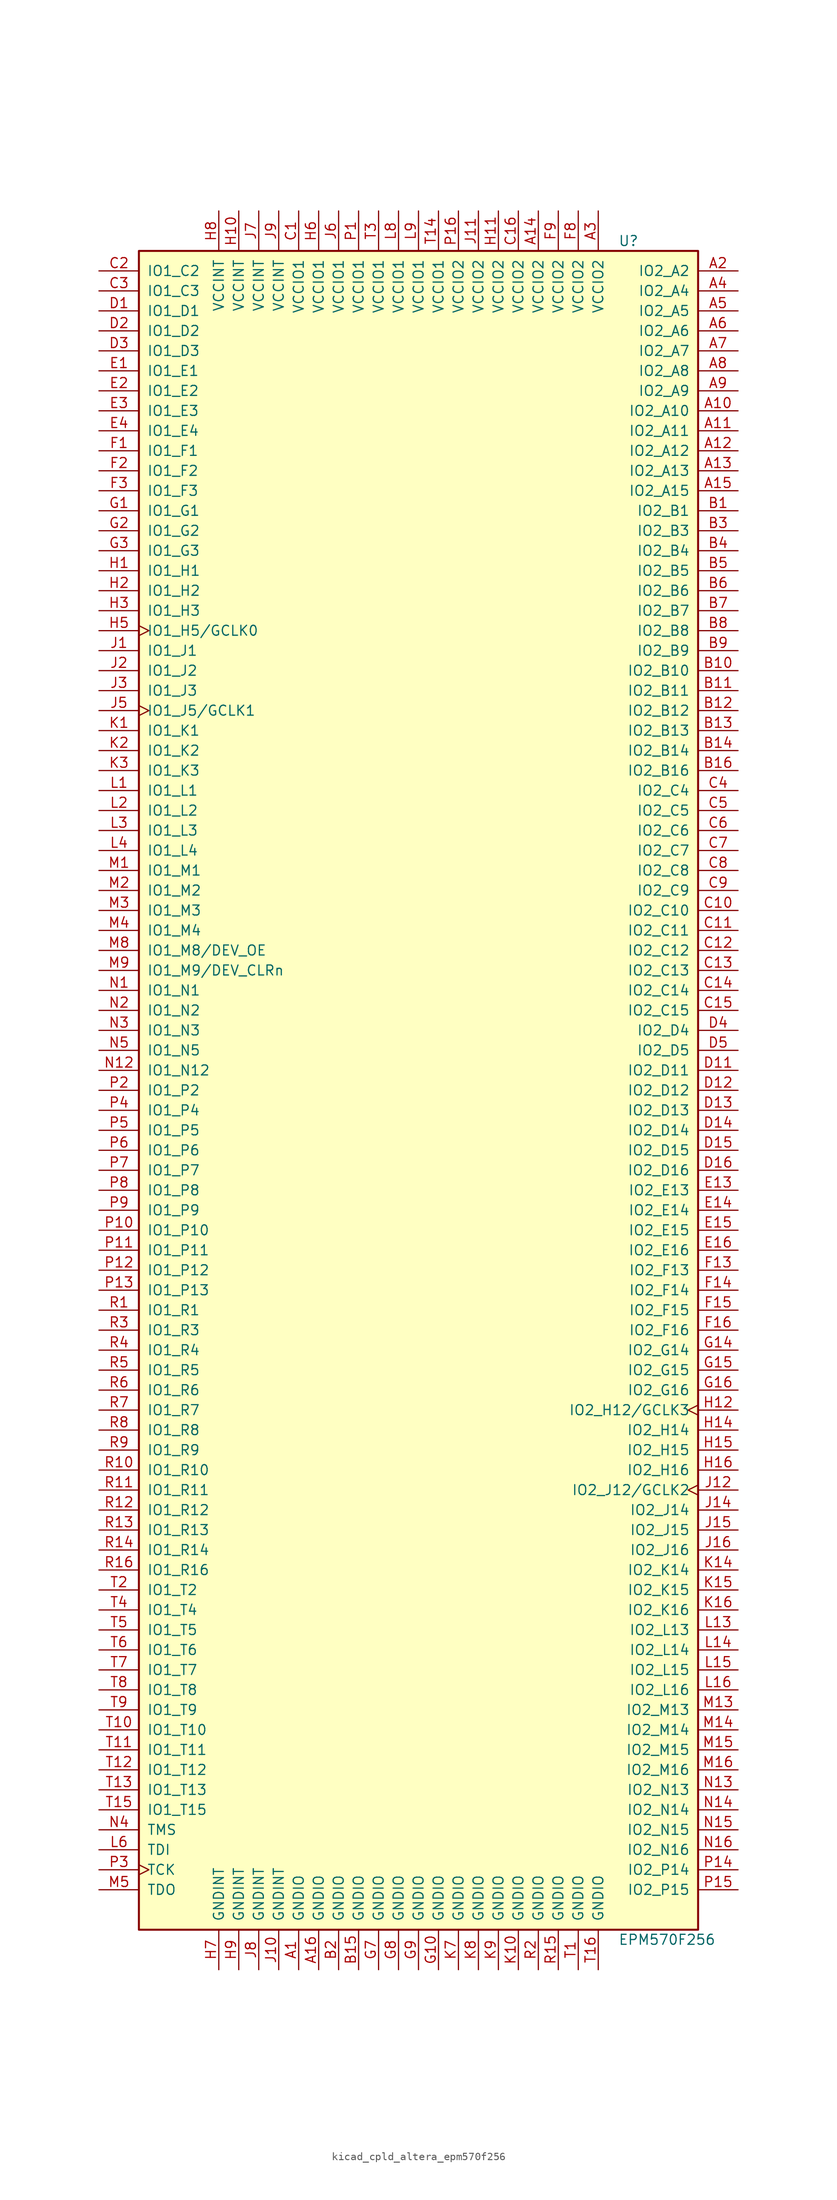
<source format=kicad_sym>
(kicad_symbol_lib
  (version 20220914)
  (generator kicad_symbol_editor)
  (symbol "kicad_cpld_altera_epm570f256"
    (pin_names
      (offset 1.016))
    (property "Reference" "U"
      (at 25.4 107.95 0)
      (effects (font (size 1.27 1.27)) (justify left)))
    (property "Value" "EPM570F256"
      (at 25.4 -107.95 0)
      (effects (font (size 1.27 1.27)) (justify left)))
    (property "ki_locked" ""
      (at 0 0 0)
      (effects (font (size 1.27 1.27))))
    (symbol "kicad_cpld_altera_epm570f256_1_1"
      (rectangle (start -35.56 106.68) (end 35.56 -106.68) (stroke (width 0.254) (type default)) (fill (type background)))
      (pin power_in line (at -15.24 -111.76 90) (length 5.08) (name "GNDIO" (effects (font (size 1.27 1.27)))) (number "A1" (effects (font (size 1.27 1.27)))))
      (pin bidirectional line (at 40.64 86.36 180) (length 5.08) (name "IO2_A10" (effects (font (size 1.27 1.27)))) (number "A10" (effects (font (size 1.27 1.27)))))
      (pin bidirectional line (at 40.64 83.82 180) (length 5.08) (name "IO2_A11" (effects (font (size 1.27 1.27)))) (number "A11" (effects (font (size 1.27 1.27)))))
      (pin bidirectional line (at 40.64 81.28 180) (length 5.08) (name "IO2_A12" (effects (font (size 1.27 1.27)))) (number "A12" (effects (font (size 1.27 1.27)))))
      (pin bidirectional line (at 40.64 78.74 180) (length 5.08) (name "IO2_A13" (effects (font (size 1.27 1.27)))) (number "A13" (effects (font (size 1.27 1.27)))))
      (pin power_in line (at 15.24 111.76 270) (length 5.08) (name "VCCIO2" (effects (font (size 1.27 1.27)))) (number "A14" (effects (font (size 1.27 1.27)))))
      (pin bidirectional line (at 40.64 76.2 180) (length 5.08) (name "IO2_A15" (effects (font (size 1.27 1.27)))) (number "A15" (effects (font (size 1.27 1.27)))))
      (pin power_in line (at -12.7 -111.76 90) (length 5.08) (name "GNDIO" (effects (font (size 1.27 1.27)))) (number "A16" (effects (font (size 1.27 1.27)))))
      (pin bidirectional line (at 40.64 104.14 180) (length 5.08) (name "IO2_A2" (effects (font (size 1.27 1.27)))) (number "A2" (effects (font (size 1.27 1.27)))))
      (pin power_in line (at 22.86 111.76 270) (length 5.08) (name "VCCIO2" (effects (font (size 1.27 1.27)))) (number "A3" (effects (font (size 1.27 1.27)))))
      (pin bidirectional line (at 40.64 101.6 180) (length 5.08) (name "IO2_A4" (effects (font (size 1.27 1.27)))) (number "A4" (effects (font (size 1.27 1.27)))))
      (pin bidirectional line (at 40.64 99.06 180) (length 5.08) (name "IO2_A5" (effects (font (size 1.27 1.27)))) (number "A5" (effects (font (size 1.27 1.27)))))
      (pin bidirectional line (at 40.64 96.52 180) (length 5.08) (name "IO2_A6" (effects (font (size 1.27 1.27)))) (number "A6" (effects (font (size 1.27 1.27)))))
      (pin bidirectional line (at 40.64 93.98 180) (length 5.08) (name "IO2_A7" (effects (font (size 1.27 1.27)))) (number "A7" (effects (font (size 1.27 1.27)))))
      (pin bidirectional line (at 40.64 91.44 180) (length 5.08) (name "IO2_A8" (effects (font (size 1.27 1.27)))) (number "A8" (effects (font (size 1.27 1.27)))))
      (pin bidirectional line (at 40.64 88.9 180) (length 5.08) (name "IO2_A9" (effects (font (size 1.27 1.27)))) (number "A9" (effects (font (size 1.27 1.27)))))
      (pin bidirectional line (at 40.64 73.66 180) (length 5.08) (name "IO2_B1" (effects (font (size 1.27 1.27)))) (number "B1" (effects (font (size 1.27 1.27)))))
      (pin bidirectional line (at 40.64 53.34 180) (length 5.08) (name "IO2_B10" (effects (font (size 1.27 1.27)))) (number "B10" (effects (font (size 1.27 1.27)))))
      (pin bidirectional line (at 40.64 50.8 180) (length 5.08) (name "IO2_B11" (effects (font (size 1.27 1.27)))) (number "B11" (effects (font (size 1.27 1.27)))))
      (pin bidirectional line (at 40.64 48.26 180) (length 5.08) (name "IO2_B12" (effects (font (size 1.27 1.27)))) (number "B12" (effects (font (size 1.27 1.27)))))
      (pin bidirectional line (at 40.64 45.72 180) (length 5.08) (name "IO2_B13" (effects (font (size 1.27 1.27)))) (number "B13" (effects (font (size 1.27 1.27)))))
      (pin bidirectional line (at 40.64 43.18 180) (length 5.08) (name "IO2_B14" (effects (font (size 1.27 1.27)))) (number "B14" (effects (font (size 1.27 1.27)))))
      (pin power_in line (at -7.62 -111.76 90) (length 5.08) (name "GNDIO" (effects (font (size 1.27 1.27)))) (number "B15" (effects (font (size 1.27 1.27)))))
      (pin bidirectional line (at 40.64 40.64 180) (length 5.08) (name "IO2_B16" (effects (font (size 1.27 1.27)))) (number "B16" (effects (font (size 1.27 1.27)))))
      (pin power_in line (at -10.16 -111.76 90) (length 5.08) (name "GNDIO" (effects (font (size 1.27 1.27)))) (number "B2" (effects (font (size 1.27 1.27)))))
      (pin bidirectional line (at 40.64 71.12 180) (length 5.08) (name "IO2_B3" (effects (font (size 1.27 1.27)))) (number "B3" (effects (font (size 1.27 1.27)))))
      (pin bidirectional line (at 40.64 68.58 180) (length 5.08) (name "IO2_B4" (effects (font (size 1.27 1.27)))) (number "B4" (effects (font (size 1.27 1.27)))))
      (pin bidirectional line (at 40.64 66.04 180) (length 5.08) (name "IO2_B5" (effects (font (size 1.27 1.27)))) (number "B5" (effects (font (size 1.27 1.27)))))
      (pin bidirectional line (at 40.64 63.5 180) (length 5.08) (name "IO2_B6" (effects (font (size 1.27 1.27)))) (number "B6" (effects (font (size 1.27 1.27)))))
      (pin bidirectional line (at 40.64 60.96 180) (length 5.08) (name "IO2_B7" (effects (font (size 1.27 1.27)))) (number "B7" (effects (font (size 1.27 1.27)))))
      (pin bidirectional line (at 40.64 58.42 180) (length 5.08) (name "IO2_B8" (effects (font (size 1.27 1.27)))) (number "B8" (effects (font (size 1.27 1.27)))))
      (pin bidirectional line (at 40.64 55.88 180) (length 5.08) (name "IO2_B9" (effects (font (size 1.27 1.27)))) (number "B9" (effects (font (size 1.27 1.27)))))
      (pin power_in line (at -15.24 111.76 270) (length 5.08) (name "VCCIO1" (effects (font (size 1.27 1.27)))) (number "C1" (effects (font (size 1.27 1.27)))))
      (pin bidirectional line (at 40.64 22.86 180) (length 5.08) (name "IO2_C10" (effects (font (size 1.27 1.27)))) (number "C10" (effects (font (size 1.27 1.27)))))
      (pin bidirectional line (at 40.64 20.32 180) (length 5.08) (name "IO2_C11" (effects (font (size 1.27 1.27)))) (number "C11" (effects (font (size 1.27 1.27)))))
      (pin bidirectional line (at 40.64 17.78 180) (length 5.08) (name "IO2_C12" (effects (font (size 1.27 1.27)))) (number "C12" (effects (font (size 1.27 1.27)))))
      (pin bidirectional line (at 40.64 15.24 180) (length 5.08) (name "IO2_C13" (effects (font (size 1.27 1.27)))) (number "C13" (effects (font (size 1.27 1.27)))))
      (pin bidirectional line (at 40.64 12.7 180) (length 5.08) (name "IO2_C14" (effects (font (size 1.27 1.27)))) (number "C14" (effects (font (size 1.27 1.27)))))
      (pin bidirectional line (at 40.64 10.16 180) (length 5.08) (name "IO2_C15" (effects (font (size 1.27 1.27)))) (number "C15" (effects (font (size 1.27 1.27)))))
      (pin power_in line (at 12.7 111.76 270) (length 5.08) (name "VCCIO2" (effects (font (size 1.27 1.27)))) (number "C16" (effects (font (size 1.27 1.27)))))
      (pin bidirectional line (at -40.64 104.14 0) (length 5.08) (name "IO1_C2" (effects (font (size 1.27 1.27)))) (number "C2" (effects (font (size 1.27 1.27)))))
      (pin bidirectional line (at -40.64 101.6 0) (length 5.08) (name "IO1_C3" (effects (font (size 1.27 1.27)))) (number "C3" (effects (font (size 1.27 1.27)))))
      (pin bidirectional line (at 40.64 38.1 180) (length 5.08) (name "IO2_C4" (effects (font (size 1.27 1.27)))) (number "C4" (effects (font (size 1.27 1.27)))))
      (pin bidirectional line (at 40.64 35.56 180) (length 5.08) (name "IO2_C5" (effects (font (size 1.27 1.27)))) (number "C5" (effects (font (size 1.27 1.27)))))
      (pin bidirectional line (at 40.64 33.02 180) (length 5.08) (name "IO2_C6" (effects (font (size 1.27 1.27)))) (number "C6" (effects (font (size 1.27 1.27)))))
      (pin bidirectional line (at 40.64 30.48 180) (length 5.08) (name "IO2_C7" (effects (font (size 1.27 1.27)))) (number "C7" (effects (font (size 1.27 1.27)))))
      (pin bidirectional line (at 40.64 27.94 180) (length 5.08) (name "IO2_C8" (effects (font (size 1.27 1.27)))) (number "C8" (effects (font (size 1.27 1.27)))))
      (pin bidirectional line (at 40.64 25.4 180) (length 5.08) (name "IO2_C9" (effects (font (size 1.27 1.27)))) (number "C9" (effects (font (size 1.27 1.27)))))
      (pin bidirectional line (at -40.64 99.06 0) (length 5.08) (name "IO1_D1" (effects (font (size 1.27 1.27)))) (number "D1" (effects (font (size 1.27 1.27)))))
      (pin bidirectional line (at 40.64 2.54 180) (length 5.08) (name "IO2_D11" (effects (font (size 1.27 1.27)))) (number "D11" (effects (font (size 1.27 1.27)))))
      (pin bidirectional line (at 40.64 0 180) (length 5.08) (name "IO2_D12" (effects (font (size 1.27 1.27)))) (number "D12" (effects (font (size 1.27 1.27)))))
      (pin bidirectional line (at 40.64 -2.54 180) (length 5.08) (name "IO2_D13" (effects (font (size 1.27 1.27)))) (number "D13" (effects (font (size 1.27 1.27)))))
      (pin bidirectional line (at 40.64 -5.08 180) (length 5.08) (name "IO2_D14" (effects (font (size 1.27 1.27)))) (number "D14" (effects (font (size 1.27 1.27)))))
      (pin bidirectional line (at 40.64 -7.62 180) (length 5.08) (name "IO2_D15" (effects (font (size 1.27 1.27)))) (number "D15" (effects (font (size 1.27 1.27)))))
      (pin bidirectional line (at 40.64 -10.16 180) (length 5.08) (name "IO2_D16" (effects (font (size 1.27 1.27)))) (number "D16" (effects (font (size 1.27 1.27)))))
      (pin bidirectional line (at -40.64 96.52 0) (length 5.08) (name "IO1_D2" (effects (font (size 1.27 1.27)))) (number "D2" (effects (font (size 1.27 1.27)))))
      (pin bidirectional line (at -40.64 93.98 0) (length 5.08) (name "IO1_D3" (effects (font (size 1.27 1.27)))) (number "D3" (effects (font (size 1.27 1.27)))))
      (pin bidirectional line (at 40.64 7.62 180) (length 5.08) (name "IO2_D4" (effects (font (size 1.27 1.27)))) (number "D4" (effects (font (size 1.27 1.27)))))
      (pin bidirectional line (at 40.64 5.08 180) (length 5.08) (name "IO2_D5" (effects (font (size 1.27 1.27)))) (number "D5" (effects (font (size 1.27 1.27)))))
      (pin bidirectional line (at -40.64 91.44 0) (length 5.08) (name "IO1_E1" (effects (font (size 1.27 1.27)))) (number "E1" (effects (font (size 1.27 1.27)))))
      (pin bidirectional line (at 40.64 -12.7 180) (length 5.08) (name "IO2_E13" (effects (font (size 1.27 1.27)))) (number "E13" (effects (font (size 1.27 1.27)))))
      (pin bidirectional line (at 40.64 -15.24 180) (length 5.08) (name "IO2_E14" (effects (font (size 1.27 1.27)))) (number "E14" (effects (font (size 1.27 1.27)))))
      (pin bidirectional line (at 40.64 -17.78 180) (length 5.08) (name "IO2_E15" (effects (font (size 1.27 1.27)))) (number "E15" (effects (font (size 1.27 1.27)))))
      (pin bidirectional line (at 40.64 -20.32 180) (length 5.08) (name "IO2_E16" (effects (font (size 1.27 1.27)))) (number "E16" (effects (font (size 1.27 1.27)))))
      (pin bidirectional line (at -40.64 88.9 0) (length 5.08) (name "IO1_E2" (effects (font (size 1.27 1.27)))) (number "E2" (effects (font (size 1.27 1.27)))))
      (pin bidirectional line (at -40.64 86.36 0) (length 5.08) (name "IO1_E3" (effects (font (size 1.27 1.27)))) (number "E3" (effects (font (size 1.27 1.27)))))
      (pin bidirectional line (at -40.64 83.82 0) (length 5.08) (name "IO1_E4" (effects (font (size 1.27 1.27)))) (number "E4" (effects (font (size 1.27 1.27)))))
      (pin bidirectional line (at -40.64 81.28 0) (length 5.08) (name "IO1_F1" (effects (font (size 1.27 1.27)))) (number "F1" (effects (font (size 1.27 1.27)))))
      (pin bidirectional line (at 40.64 -22.86 180) (length 5.08) (name "IO2_F13" (effects (font (size 1.27 1.27)))) (number "F13" (effects (font (size 1.27 1.27)))))
      (pin bidirectional line (at 40.64 -25.4 180) (length 5.08) (name "IO2_F14" (effects (font (size 1.27 1.27)))) (number "F14" (effects (font (size 1.27 1.27)))))
      (pin bidirectional line (at 40.64 -27.94 180) (length 5.08) (name "IO2_F15" (effects (font (size 1.27 1.27)))) (number "F15" (effects (font (size 1.27 1.27)))))
      (pin bidirectional line (at 40.64 -30.48 180) (length 5.08) (name "IO2_F16" (effects (font (size 1.27 1.27)))) (number "F16" (effects (font (size 1.27 1.27)))))
      (pin bidirectional line (at -40.64 78.74 0) (length 5.08) (name "IO1_F2" (effects (font (size 1.27 1.27)))) (number "F2" (effects (font (size 1.27 1.27)))))
      (pin bidirectional line (at -40.64 76.2 0) (length 5.08) (name "IO1_F3" (effects (font (size 1.27 1.27)))) (number "F3" (effects (font (size 1.27 1.27)))))
      (pin power_in line (at 20.32 111.76 270) (length 5.08) (name "VCCIO2" (effects (font (size 1.27 1.27)))) (number "F8" (effects (font (size 1.27 1.27)))))
      (pin power_in line (at 17.78 111.76 270) (length 5.08) (name "VCCIO2" (effects (font (size 1.27 1.27)))) (number "F9" (effects (font (size 1.27 1.27)))))
      (pin bidirectional line (at -40.64 73.66 0) (length 5.08) (name "IO1_G1" (effects (font (size 1.27 1.27)))) (number "G1" (effects (font (size 1.27 1.27)))))
      (pin power_in line (at 2.54 -111.76 90) (length 5.08) (name "GNDIO" (effects (font (size 1.27 1.27)))) (number "G10" (effects (font (size 1.27 1.27)))))
      (pin bidirectional line (at 40.64 -33.02 180) (length 5.08) (name "IO2_G14" (effects (font (size 1.27 1.27)))) (number "G14" (effects (font (size 1.27 1.27)))))
      (pin bidirectional line (at 40.64 -35.56 180) (length 5.08) (name "IO2_G15" (effects (font (size 1.27 1.27)))) (number "G15" (effects (font (size 1.27 1.27)))))
      (pin bidirectional line (at 40.64 -38.1 180) (length 5.08) (name "IO2_G16" (effects (font (size 1.27 1.27)))) (number "G16" (effects (font (size 1.27 1.27)))))
      (pin bidirectional line (at -40.64 71.12 0) (length 5.08) (name "IO1_G2" (effects (font (size 1.27 1.27)))) (number "G2" (effects (font (size 1.27 1.27)))))
      (pin bidirectional line (at -40.64 68.58 0) (length 5.08) (name "IO1_G3" (effects (font (size 1.27 1.27)))) (number "G3" (effects (font (size 1.27 1.27)))))
      (pin power_in line (at -5.08 -111.76 90) (length 5.08) (name "GNDIO" (effects (font (size 1.27 1.27)))) (number "G7" (effects (font (size 1.27 1.27)))))
      (pin power_in line (at -2.54 -111.76 90) (length 5.08) (name "GNDIO" (effects (font (size 1.27 1.27)))) (number "G8" (effects (font (size 1.27 1.27)))))
      (pin power_in line (at 0 -111.76 90) (length 5.08) (name "GNDIO" (effects (font (size 1.27 1.27)))) (number "G9" (effects (font (size 1.27 1.27)))))
      (pin bidirectional line (at -40.64 66.04 0) (length 5.08) (name "IO1_H1" (effects (font (size 1.27 1.27)))) (number "H1" (effects (font (size 1.27 1.27)))))
      (pin power_in line (at -22.86 111.76 270) (length 5.08) (name "VCCINT" (effects (font (size 1.27 1.27)))) (number "H10" (effects (font (size 1.27 1.27)))))
      (pin power_in line (at 10.16 111.76 270) (length 5.08) (name "VCCIO2" (effects (font (size 1.27 1.27)))) (number "H11" (effects (font (size 1.27 1.27)))))
      (pin bidirectional clock (at 40.64 -40.64 180) (length 5.08) (name "IO2_H12/GCLK3" (effects (font (size 1.27 1.27)))) (number "H12" (effects (font (size 1.27 1.27)))))
      (pin bidirectional line (at 40.64 -43.18 180) (length 5.08) (name "IO2_H14" (effects (font (size 1.27 1.27)))) (number "H14" (effects (font (size 1.27 1.27)))))
      (pin bidirectional line (at 40.64 -45.72 180) (length 5.08) (name "IO2_H15" (effects (font (size 1.27 1.27)))) (number "H15" (effects (font (size 1.27 1.27)))))
      (pin bidirectional line (at 40.64 -48.26 180) (length 5.08) (name "IO2_H16" (effects (font (size 1.27 1.27)))) (number "H16" (effects (font (size 1.27 1.27)))))
      (pin bidirectional line (at -40.64 63.5 0) (length 5.08) (name "IO1_H2" (effects (font (size 1.27 1.27)))) (number "H2" (effects (font (size 1.27 1.27)))))
      (pin bidirectional line (at -40.64 60.96 0) (length 5.08) (name "IO1_H3" (effects (font (size 1.27 1.27)))) (number "H3" (effects (font (size 1.27 1.27)))))
      (pin bidirectional clock (at -40.64 58.42 0) (length 5.08) (name "IO1_H5/GCLK0" (effects (font (size 1.27 1.27)))) (number "H5" (effects (font (size 1.27 1.27)))))
      (pin power_in line (at -12.7 111.76 270) (length 5.08) (name "VCCIO1" (effects (font (size 1.27 1.27)))) (number "H6" (effects (font (size 1.27 1.27)))))
      (pin power_in line (at -25.4 -111.76 90) (length 5.08) (name "GNDINT" (effects (font (size 1.27 1.27)))) (number "H7" (effects (font (size 1.27 1.27)))))
      (pin power_in line (at -25.4 111.76 270) (length 5.08) (name "VCCINT" (effects (font (size 1.27 1.27)))) (number "H8" (effects (font (size 1.27 1.27)))))
      (pin power_in line (at -22.86 -111.76 90) (length 5.08) (name "GNDINT" (effects (font (size 1.27 1.27)))) (number "H9" (effects (font (size 1.27 1.27)))))
      (pin bidirectional line (at -40.64 55.88 0) (length 5.08) (name "IO1_J1" (effects (font (size 1.27 1.27)))) (number "J1" (effects (font (size 1.27 1.27)))))
      (pin power_in line (at -17.78 -111.76 90) (length 5.08) (name "GNDINT" (effects (font (size 1.27 1.27)))) (number "J10" (effects (font (size 1.27 1.27)))))
      (pin power_in line (at 7.62 111.76 270) (length 5.08) (name "VCCIO2" (effects (font (size 1.27 1.27)))) (number "J11" (effects (font (size 1.27 1.27)))))
      (pin bidirectional clock (at 40.64 -50.8 180) (length 5.08) (name "IO2_J12/GCLK2" (effects (font (size 1.27 1.27)))) (number "J12" (effects (font (size 1.27 1.27)))))
      (pin bidirectional line (at 40.64 -53.34 180) (length 5.08) (name "IO2_J14" (effects (font (size 1.27 1.27)))) (number "J14" (effects (font (size 1.27 1.27)))))
      (pin bidirectional line (at 40.64 -55.88 180) (length 5.08) (name "IO2_J15" (effects (font (size 1.27 1.27)))) (number "J15" (effects (font (size 1.27 1.27)))))
      (pin bidirectional line (at 40.64 -58.42 180) (length 5.08) (name "IO2_J16" (effects (font (size 1.27 1.27)))) (number "J16" (effects (font (size 1.27 1.27)))))
      (pin bidirectional line (at -40.64 53.34 0) (length 5.08) (name "IO1_J2" (effects (font (size 1.27 1.27)))) (number "J2" (effects (font (size 1.27 1.27)))))
      (pin bidirectional line (at -40.64 50.8 0) (length 5.08) (name "IO1_J3" (effects (font (size 1.27 1.27)))) (number "J3" (effects (font (size 1.27 1.27)))))
      (pin bidirectional clock (at -40.64 48.26 0) (length 5.08) (name "IO1_J5/GCLK1" (effects (font (size 1.27 1.27)))) (number "J5" (effects (font (size 1.27 1.27)))))
      (pin power_in line (at -10.16 111.76 270) (length 5.08) (name "VCCIO1" (effects (font (size 1.27 1.27)))) (number "J6" (effects (font (size 1.27 1.27)))))
      (pin power_in line (at -20.32 111.76 270) (length 5.08) (name "VCCINT" (effects (font (size 1.27 1.27)))) (number "J7" (effects (font (size 1.27 1.27)))))
      (pin power_in line (at -20.32 -111.76 90) (length 5.08) (name "GNDINT" (effects (font (size 1.27 1.27)))) (number "J8" (effects (font (size 1.27 1.27)))))
      (pin power_in line (at -17.78 111.76 270) (length 5.08) (name "VCCINT" (effects (font (size 1.27 1.27)))) (number "J9" (effects (font (size 1.27 1.27)))))
      (pin bidirectional line (at -40.64 45.72 0) (length 5.08) (name "IO1_K1" (effects (font (size 1.27 1.27)))) (number "K1" (effects (font (size 1.27 1.27)))))
      (pin power_in line (at 12.7 -111.76 90) (length 5.08) (name "GNDIO" (effects (font (size 1.27 1.27)))) (number "K10" (effects (font (size 1.27 1.27)))))
      (pin bidirectional line (at 40.64 -60.96 180) (length 5.08) (name "IO2_K14" (effects (font (size 1.27 1.27)))) (number "K14" (effects (font (size 1.27 1.27)))))
      (pin bidirectional line (at 40.64 -63.5 180) (length 5.08) (name "IO2_K15" (effects (font (size 1.27 1.27)))) (number "K15" (effects (font (size 1.27 1.27)))))
      (pin bidirectional line (at 40.64 -66.04 180) (length 5.08) (name "IO2_K16" (effects (font (size 1.27 1.27)))) (number "K16" (effects (font (size 1.27 1.27)))))
      (pin bidirectional line (at -40.64 43.18 0) (length 5.08) (name "IO1_K2" (effects (font (size 1.27 1.27)))) (number "K2" (effects (font (size 1.27 1.27)))))
      (pin bidirectional line (at -40.64 40.64 0) (length 5.08) (name "IO1_K3" (effects (font (size 1.27 1.27)))) (number "K3" (effects (font (size 1.27 1.27)))))
      (pin power_in line (at 5.08 -111.76 90) (length 5.08) (name "GNDIO" (effects (font (size 1.27 1.27)))) (number "K7" (effects (font (size 1.27 1.27)))))
      (pin power_in line (at 7.62 -111.76 90) (length 5.08) (name "GNDIO" (effects (font (size 1.27 1.27)))) (number "K8" (effects (font (size 1.27 1.27)))))
      (pin power_in line (at 10.16 -111.76 90) (length 5.08) (name "GNDIO" (effects (font (size 1.27 1.27)))) (number "K9" (effects (font (size 1.27 1.27)))))
      (pin bidirectional line (at -40.64 38.1 0) (length 5.08) (name "IO1_L1" (effects (font (size 1.27 1.27)))) (number "L1" (effects (font (size 1.27 1.27)))))
      (pin bidirectional line (at 40.64 -68.58 180) (length 5.08) (name "IO2_L13" (effects (font (size 1.27 1.27)))) (number "L13" (effects (font (size 1.27 1.27)))))
      (pin bidirectional line (at 40.64 -71.12 180) (length 5.08) (name "IO2_L14" (effects (font (size 1.27 1.27)))) (number "L14" (effects (font (size 1.27 1.27)))))
      (pin bidirectional line (at 40.64 -73.66 180) (length 5.08) (name "IO2_L15" (effects (font (size 1.27 1.27)))) (number "L15" (effects (font (size 1.27 1.27)))))
      (pin bidirectional line (at 40.64 -76.2 180) (length 5.08) (name "IO2_L16" (effects (font (size 1.27 1.27)))) (number "L16" (effects (font (size 1.27 1.27)))))
      (pin bidirectional line (at -40.64 35.56 0) (length 5.08) (name "IO1_L2" (effects (font (size 1.27 1.27)))) (number "L2" (effects (font (size 1.27 1.27)))))
      (pin bidirectional line (at -40.64 33.02 0) (length 5.08) (name "IO1_L3" (effects (font (size 1.27 1.27)))) (number "L3" (effects (font (size 1.27 1.27)))))
      (pin bidirectional line (at -40.64 30.48 0) (length 5.08) (name "IO1_L4" (effects (font (size 1.27 1.27)))) (number "L4" (effects (font (size 1.27 1.27)))))
      (pin input line (at -40.64 -96.52 0) (length 5.08) (name "TDI" (effects (font (size 1.27 1.27)))) (number "L6" (effects (font (size 1.27 1.27)))))
      (pin power_in line (at -2.54 111.76 270) (length 5.08) (name "VCCIO1" (effects (font (size 1.27 1.27)))) (number "L8" (effects (font (size 1.27 1.27)))))
      (pin power_in line (at 0 111.76 270) (length 5.08) (name "VCCIO1" (effects (font (size 1.27 1.27)))) (number "L9" (effects (font (size 1.27 1.27)))))
      (pin bidirectional line (at -40.64 27.94 0) (length 5.08) (name "IO1_M1" (effects (font (size 1.27 1.27)))) (number "M1" (effects (font (size 1.27 1.27)))))
      (pin bidirectional line (at 40.64 -78.74 180) (length 5.08) (name "IO2_M13" (effects (font (size 1.27 1.27)))) (number "M13" (effects (font (size 1.27 1.27)))))
      (pin bidirectional line (at 40.64 -81.28 180) (length 5.08) (name "IO2_M14" (effects (font (size 1.27 1.27)))) (number "M14" (effects (font (size 1.27 1.27)))))
      (pin bidirectional line (at 40.64 -83.82 180) (length 5.08) (name "IO2_M15" (effects (font (size 1.27 1.27)))) (number "M15" (effects (font (size 1.27 1.27)))))
      (pin bidirectional line (at 40.64 -86.36 180) (length 5.08) (name "IO2_M16" (effects (font (size 1.27 1.27)))) (number "M16" (effects (font (size 1.27 1.27)))))
      (pin bidirectional line (at -40.64 25.4 0) (length 5.08) (name "IO1_M2" (effects (font (size 1.27 1.27)))) (number "M2" (effects (font (size 1.27 1.27)))))
      (pin bidirectional line (at -40.64 22.86 0) (length 5.08) (name "IO1_M3" (effects (font (size 1.27 1.27)))) (number "M3" (effects (font (size 1.27 1.27)))))
      (pin bidirectional line (at -40.64 20.32 0) (length 5.08) (name "IO1_M4" (effects (font (size 1.27 1.27)))) (number "M4" (effects (font (size 1.27 1.27)))))
      (pin output line (at -40.64 -101.6 0) (length 5.08) (name "TDO" (effects (font (size 1.27 1.27)))) (number "M5" (effects (font (size 1.27 1.27)))))
      (pin bidirectional line (at -40.64 17.78 0) (length 5.08) (name "IO1_M8/DEV_OE" (effects (font (size 1.27 1.27)))) (number "M8" (effects (font (size 1.27 1.27)))))
      (pin bidirectional line (at -40.64 15.24 0) (length 5.08) (name "IO1_M9/DEV_CLRn" (effects (font (size 1.27 1.27)))) (number "M9" (effects (font (size 1.27 1.27)))))
      (pin bidirectional line (at -40.64 12.7 0) (length 5.08) (name "IO1_N1" (effects (font (size 1.27 1.27)))) (number "N1" (effects (font (size 1.27 1.27)))))
      (pin bidirectional line (at -40.64 2.54 0) (length 5.08) (name "IO1_N12" (effects (font (size 1.27 1.27)))) (number "N12" (effects (font (size 1.27 1.27)))))
      (pin bidirectional line (at 40.64 -88.9 180) (length 5.08) (name "IO2_N13" (effects (font (size 1.27 1.27)))) (number "N13" (effects (font (size 1.27 1.27)))))
      (pin bidirectional line (at 40.64 -91.44 180) (length 5.08) (name "IO2_N14" (effects (font (size 1.27 1.27)))) (number "N14" (effects (font (size 1.27 1.27)))))
      (pin bidirectional line (at 40.64 -93.98 180) (length 5.08) (name "IO2_N15" (effects (font (size 1.27 1.27)))) (number "N15" (effects (font (size 1.27 1.27)))))
      (pin bidirectional line (at 40.64 -96.52 180) (length 5.08) (name "IO2_N16" (effects (font (size 1.27 1.27)))) (number "N16" (effects (font (size 1.27 1.27)))))
      (pin bidirectional line (at -40.64 10.16 0) (length 5.08) (name "IO1_N2" (effects (font (size 1.27 1.27)))) (number "N2" (effects (font (size 1.27 1.27)))))
      (pin bidirectional line (at -40.64 7.62 0) (length 5.08) (name "IO1_N3" (effects (font (size 1.27 1.27)))) (number "N3" (effects (font (size 1.27 1.27)))))
      (pin input line (at -40.64 -93.98 0) (length 5.08) (name "TMS" (effects (font (size 1.27 1.27)))) (number "N4" (effects (font (size 1.27 1.27)))))
      (pin bidirectional line (at -40.64 5.08 0) (length 5.08) (name "IO1_N5" (effects (font (size 1.27 1.27)))) (number "N5" (effects (font (size 1.27 1.27)))))
      (pin power_in line (at -7.62 111.76 270) (length 5.08) (name "VCCIO1" (effects (font (size 1.27 1.27)))) (number "P1" (effects (font (size 1.27 1.27)))))
      (pin bidirectional line (at -40.64 -17.78 0) (length 5.08) (name "IO1_P10" (effects (font (size 1.27 1.27)))) (number "P10" (effects (font (size 1.27 1.27)))))
      (pin bidirectional line (at -40.64 -20.32 0) (length 5.08) (name "IO1_P11" (effects (font (size 1.27 1.27)))) (number "P11" (effects (font (size 1.27 1.27)))))
      (pin bidirectional line (at -40.64 -22.86 0) (length 5.08) (name "IO1_P12" (effects (font (size 1.27 1.27)))) (number "P12" (effects (font (size 1.27 1.27)))))
      (pin bidirectional line (at -40.64 -25.4 0) (length 5.08) (name "IO1_P13" (effects (font (size 1.27 1.27)))) (number "P13" (effects (font (size 1.27 1.27)))))
      (pin bidirectional line (at 40.64 -99.06 180) (length 5.08) (name "IO2_P14" (effects (font (size 1.27 1.27)))) (number "P14" (effects (font (size 1.27 1.27)))))
      (pin bidirectional line (at 40.64 -101.6 180) (length 5.08) (name "IO2_P15" (effects (font (size 1.27 1.27)))) (number "P15" (effects (font (size 1.27 1.27)))))
      (pin power_in line (at 5.08 111.76 270) (length 5.08) (name "VCCIO2" (effects (font (size 1.27 1.27)))) (number "P16" (effects (font (size 1.27 1.27)))))
      (pin bidirectional line (at -40.64 0 0) (length 5.08) (name "IO1_P2" (effects (font (size 1.27 1.27)))) (number "P2" (effects (font (size 1.27 1.27)))))
      (pin input clock (at -40.64 -99.06 0) (length 5.08) (name "TCK" (effects (font (size 1.27 1.27)))) (number "P3" (effects (font (size 1.27 1.27)))))
      (pin bidirectional line (at -40.64 -2.54 0) (length 5.08) (name "IO1_P4" (effects (font (size 1.27 1.27)))) (number "P4" (effects (font (size 1.27 1.27)))))
      (pin bidirectional line (at -40.64 -5.08 0) (length 5.08) (name "IO1_P5" (effects (font (size 1.27 1.27)))) (number "P5" (effects (font (size 1.27 1.27)))))
      (pin bidirectional line (at -40.64 -7.62 0) (length 5.08) (name "IO1_P6" (effects (font (size 1.27 1.27)))) (number "P6" (effects (font (size 1.27 1.27)))))
      (pin bidirectional line (at -40.64 -10.16 0) (length 5.08) (name "IO1_P7" (effects (font (size 1.27 1.27)))) (number "P7" (effects (font (size 1.27 1.27)))))
      (pin bidirectional line (at -40.64 -12.7 0) (length 5.08) (name "IO1_P8" (effects (font (size 1.27 1.27)))) (number "P8" (effects (font (size 1.27 1.27)))))
      (pin bidirectional line (at -40.64 -15.24 0) (length 5.08) (name "IO1_P9" (effects (font (size 1.27 1.27)))) (number "P9" (effects (font (size 1.27 1.27)))))
      (pin bidirectional line (at -40.64 -27.94 0) (length 5.08) (name "IO1_R1" (effects (font (size 1.27 1.27)))) (number "R1" (effects (font (size 1.27 1.27)))))
      (pin bidirectional line (at -40.64 -48.26 0) (length 5.08) (name "IO1_R10" (effects (font (size 1.27 1.27)))) (number "R10" (effects (font (size 1.27 1.27)))))
      (pin bidirectional line (at -40.64 -50.8 0) (length 5.08) (name "IO1_R11" (effects (font (size 1.27 1.27)))) (number "R11" (effects (font (size 1.27 1.27)))))
      (pin bidirectional line (at -40.64 -53.34 0) (length 5.08) (name "IO1_R12" (effects (font (size 1.27 1.27)))) (number "R12" (effects (font (size 1.27 1.27)))))
      (pin bidirectional line (at -40.64 -55.88 0) (length 5.08) (name "IO1_R13" (effects (font (size 1.27 1.27)))) (number "R13" (effects (font (size 1.27 1.27)))))
      (pin bidirectional line (at -40.64 -58.42 0) (length 5.08) (name "IO1_R14" (effects (font (size 1.27 1.27)))) (number "R14" (effects (font (size 1.27 1.27)))))
      (pin power_in line (at 17.78 -111.76 90) (length 5.08) (name "GNDIO" (effects (font (size 1.27 1.27)))) (number "R15" (effects (font (size 1.27 1.27)))))
      (pin bidirectional line (at -40.64 -60.96 0) (length 5.08) (name "IO1_R16" (effects (font (size 1.27 1.27)))) (number "R16" (effects (font (size 1.27 1.27)))))
      (pin power_in line (at 15.24 -111.76 90) (length 5.08) (name "GNDIO" (effects (font (size 1.27 1.27)))) (number "R2" (effects (font (size 1.27 1.27)))))
      (pin bidirectional line (at -40.64 -30.48 0) (length 5.08) (name "IO1_R3" (effects (font (size 1.27 1.27)))) (number "R3" (effects (font (size 1.27 1.27)))))
      (pin bidirectional line (at -40.64 -33.02 0) (length 5.08) (name "IO1_R4" (effects (font (size 1.27 1.27)))) (number "R4" (effects (font (size 1.27 1.27)))))
      (pin bidirectional line (at -40.64 -35.56 0) (length 5.08) (name "IO1_R5" (effects (font (size 1.27 1.27)))) (number "R5" (effects (font (size 1.27 1.27)))))
      (pin bidirectional line (at -40.64 -38.1 0) (length 5.08) (name "IO1_R6" (effects (font (size 1.27 1.27)))) (number "R6" (effects (font (size 1.27 1.27)))))
      (pin bidirectional line (at -40.64 -40.64 0) (length 5.08) (name "IO1_R7" (effects (font (size 1.27 1.27)))) (number "R7" (effects (font (size 1.27 1.27)))))
      (pin bidirectional line (at -40.64 -43.18 0) (length 5.08) (name "IO1_R8" (effects (font (size 1.27 1.27)))) (number "R8" (effects (font (size 1.27 1.27)))))
      (pin bidirectional line (at -40.64 -45.72 0) (length 5.08) (name "IO1_R9" (effects (font (size 1.27 1.27)))) (number "R9" (effects (font (size 1.27 1.27)))))
      (pin power_in line (at 20.32 -111.76 90) (length 5.08) (name "GNDIO" (effects (font (size 1.27 1.27)))) (number "T1" (effects (font (size 1.27 1.27)))))
      (pin bidirectional line (at -40.64 -81.28 0) (length 5.08) (name "IO1_T10" (effects (font (size 1.27 1.27)))) (number "T10" (effects (font (size 1.27 1.27)))))
      (pin bidirectional line (at -40.64 -83.82 0) (length 5.08) (name "IO1_T11" (effects (font (size 1.27 1.27)))) (number "T11" (effects (font (size 1.27 1.27)))))
      (pin bidirectional line (at -40.64 -86.36 0) (length 5.08) (name "IO1_T12" (effects (font (size 1.27 1.27)))) (number "T12" (effects (font (size 1.27 1.27)))))
      (pin bidirectional line (at -40.64 -88.9 0) (length 5.08) (name "IO1_T13" (effects (font (size 1.27 1.27)))) (number "T13" (effects (font (size 1.27 1.27)))))
      (pin power_in line (at 2.54 111.76 270) (length 5.08) (name "VCCIO1" (effects (font (size 1.27 1.27)))) (number "T14" (effects (font (size 1.27 1.27)))))
      (pin bidirectional line (at -40.64 -91.44 0) (length 5.08) (name "IO1_T15" (effects (font (size 1.27 1.27)))) (number "T15" (effects (font (size 1.27 1.27)))))
      (pin power_in line (at 22.86 -111.76 90) (length 5.08) (name "GNDIO" (effects (font (size 1.27 1.27)))) (number "T16" (effects (font (size 1.27 1.27)))))
      (pin bidirectional line (at -40.64 -63.5 0) (length 5.08) (name "IO1_T2" (effects (font (size 1.27 1.27)))) (number "T2" (effects (font (size 1.27 1.27)))))
      (pin power_in line (at -5.08 111.76 270) (length 5.08) (name "VCCIO1" (effects (font (size 1.27 1.27)))) (number "T3" (effects (font (size 1.27 1.27)))))
      (pin bidirectional line (at -40.64 -66.04 0) (length 5.08) (name "IO1_T4" (effects (font (size 1.27 1.27)))) (number "T4" (effects (font (size 1.27 1.27)))))
      (pin bidirectional line (at -40.64 -68.58 0) (length 5.08) (name "IO1_T5" (effects (font (size 1.27 1.27)))) (number "T5" (effects (font (size 1.27 1.27)))))
      (pin bidirectional line (at -40.64 -71.12 0) (length 5.08) (name "IO1_T6" (effects (font (size 1.27 1.27)))) (number "T6" (effects (font (size 1.27 1.27)))))
      (pin bidirectional line (at -40.64 -73.66 0) (length 5.08) (name "IO1_T7" (effects (font (size 1.27 1.27)))) (number "T7" (effects (font (size 1.27 1.27)))))
      (pin bidirectional line (at -40.64 -76.2 0) (length 5.08) (name "IO1_T8" (effects (font (size 1.27 1.27)))) (number "T8" (effects (font (size 1.27 1.27)))))
      (pin bidirectional line (at -40.64 -78.74 0) (length 5.08) (name "IO1_T9" (effects (font (size 1.27 1.27)))) (number "T9" (effects (font (size 1.27 1.27))))))))
</source>
